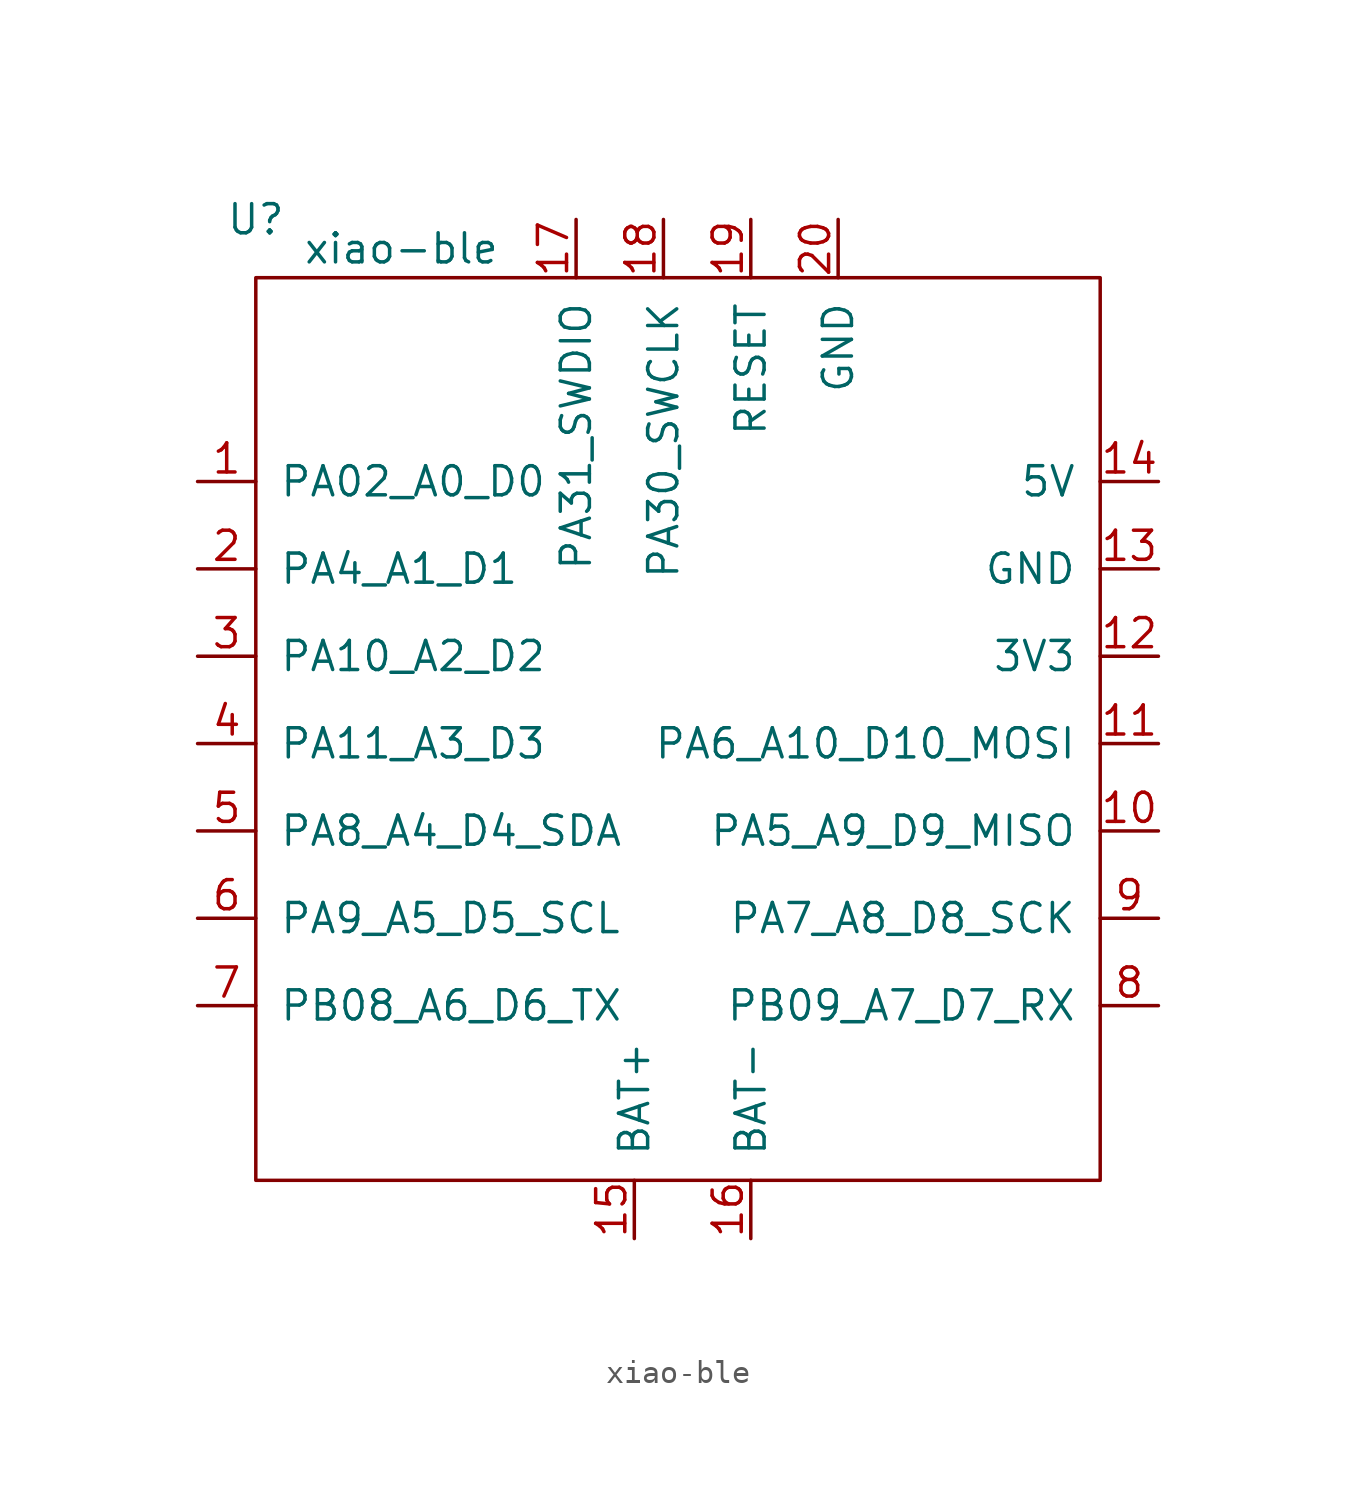
<source format=kicad_sym>
(kicad_symbol_lib
  (version 20211014)
  (generator kicad_symbol_editor)
  (symbol "xiao-ble"
    (pin_names
      (offset 1.016))
    (property "Reference" "U"
      (at -19.05 22.86 0)
      (effects (font (size 1.27 1.27))))
    (property "Value" "xiao-ble"
      (at -12.7 21.59 0)
      (effects (font (size 1.27 1.27))))
    (symbol "xiao-ble_0_1"
      (rectangle (start -19.05 20.32) (end 17.78 -19.05) (stroke (width 0) (type default) (color 0 0 0 0)) (fill (type none))))
    (symbol "xiao-ble_1_1"
      (pin unspecified line (at -21.59 11.43 0) (length 2.54) (name "PA02_A0_D0" (effects (font (size 1.27 1.27)))) (number "1" (effects (font (size 1.27 1.27)))))
      (pin unspecified line (at 20.32 -3.81 180) (length 2.54) (name "PA5_A9_D9_MISO" (effects (font (size 1.27 1.27)))) (number "10" (effects (font (size 1.27 1.27)))))
      (pin unspecified line (at 20.32 0 180) (length 2.54) (name "PA6_A10_D10_MOSI" (effects (font (size 1.27 1.27)))) (number "11" (effects (font (size 1.27 1.27)))))
      (pin unspecified line (at 20.32 3.81 180) (length 2.54) (name "3V3" (effects (font (size 1.27 1.27)))) (number "12" (effects (font (size 1.27 1.27)))))
      (pin unspecified line (at 20.32 7.62 180) (length 2.54) (name "GND" (effects (font (size 1.27 1.27)))) (number "13" (effects (font (size 1.27 1.27)))))
      (pin unspecified line (at 20.32 11.43 180) (length 2.54) (name "5V" (effects (font (size 1.27 1.27)))) (number "14" (effects (font (size 1.27 1.27)))))
      (pin unspecified line (at -2.54 -21.59 90) (length 2.54) (name "BAT+" (effects (font (size 1.27 1.27)))) (number "15" (effects (font (size 1.27 1.27)))))
      (pin unspecified line (at 2.54 -21.59 90) (length 2.54) (name "BAT-" (effects (font (size 1.27 1.27)))) (number "16" (effects (font (size 1.27 1.27)))))
      (pin input line (at -5.08 22.86 270) (length 2.54) (name "PA31_SWDIO" (effects (font (size 1.27 1.27)))) (number "17" (effects (font (size 1.27 1.27)))))
      (pin input line (at -1.27 22.86 270) (length 2.54) (name "PA30_SWCLK" (effects (font (size 1.27 1.27)))) (number "18" (effects (font (size 1.27 1.27)))))
      (pin input line (at 2.54 22.86 270) (length 2.54) (name "RESET" (effects (font (size 1.27 1.27)))) (number "19" (effects (font (size 1.27 1.27)))))
      (pin unspecified line (at -21.59 7.62 0) (length 2.54) (name "PA4_A1_D1" (effects (font (size 1.27 1.27)))) (number "2" (effects (font (size 1.27 1.27)))))
      (pin input line (at 6.35 22.86 270) (length 2.54) (name "GND" (effects (font (size 1.27 1.27)))) (number "20" (effects (font (size 1.27 1.27)))))
      (pin unspecified line (at -21.59 3.81 0) (length 2.54) (name "PA10_A2_D2" (effects (font (size 1.27 1.27)))) (number "3" (effects (font (size 1.27 1.27)))))
      (pin unspecified line (at -21.59 0 0) (length 2.54) (name "PA11_A3_D3" (effects (font (size 1.27 1.27)))) (number "4" (effects (font (size 1.27 1.27)))))
      (pin unspecified line (at -21.59 -3.81 0) (length 2.54) (name "PA8_A4_D4_SDA" (effects (font (size 1.27 1.27)))) (number "5" (effects (font (size 1.27 1.27)))))
      (pin unspecified line (at -21.59 -7.62 0) (length 2.54) (name "PA9_A5_D5_SCL" (effects (font (size 1.27 1.27)))) (number "6" (effects (font (size 1.27 1.27)))))
      (pin unspecified line (at -21.59 -11.43 0) (length 2.54) (name "PB08_A6_D6_TX" (effects (font (size 1.27 1.27)))) (number "7" (effects (font (size 1.27 1.27)))))
      (pin unspecified line (at 20.32 -11.43 180) (length 2.54) (name "PB09_A7_D7_RX" (effects (font (size 1.27 1.27)))) (number "8" (effects (font (size 1.27 1.27)))))
      (pin unspecified line (at 20.32 -7.62 180) (length 2.54) (name "PA7_A8_D8_SCK" (effects (font (size 1.27 1.27)))) (number "9" (effects (font (size 1.27 1.27))))))))
</source>
